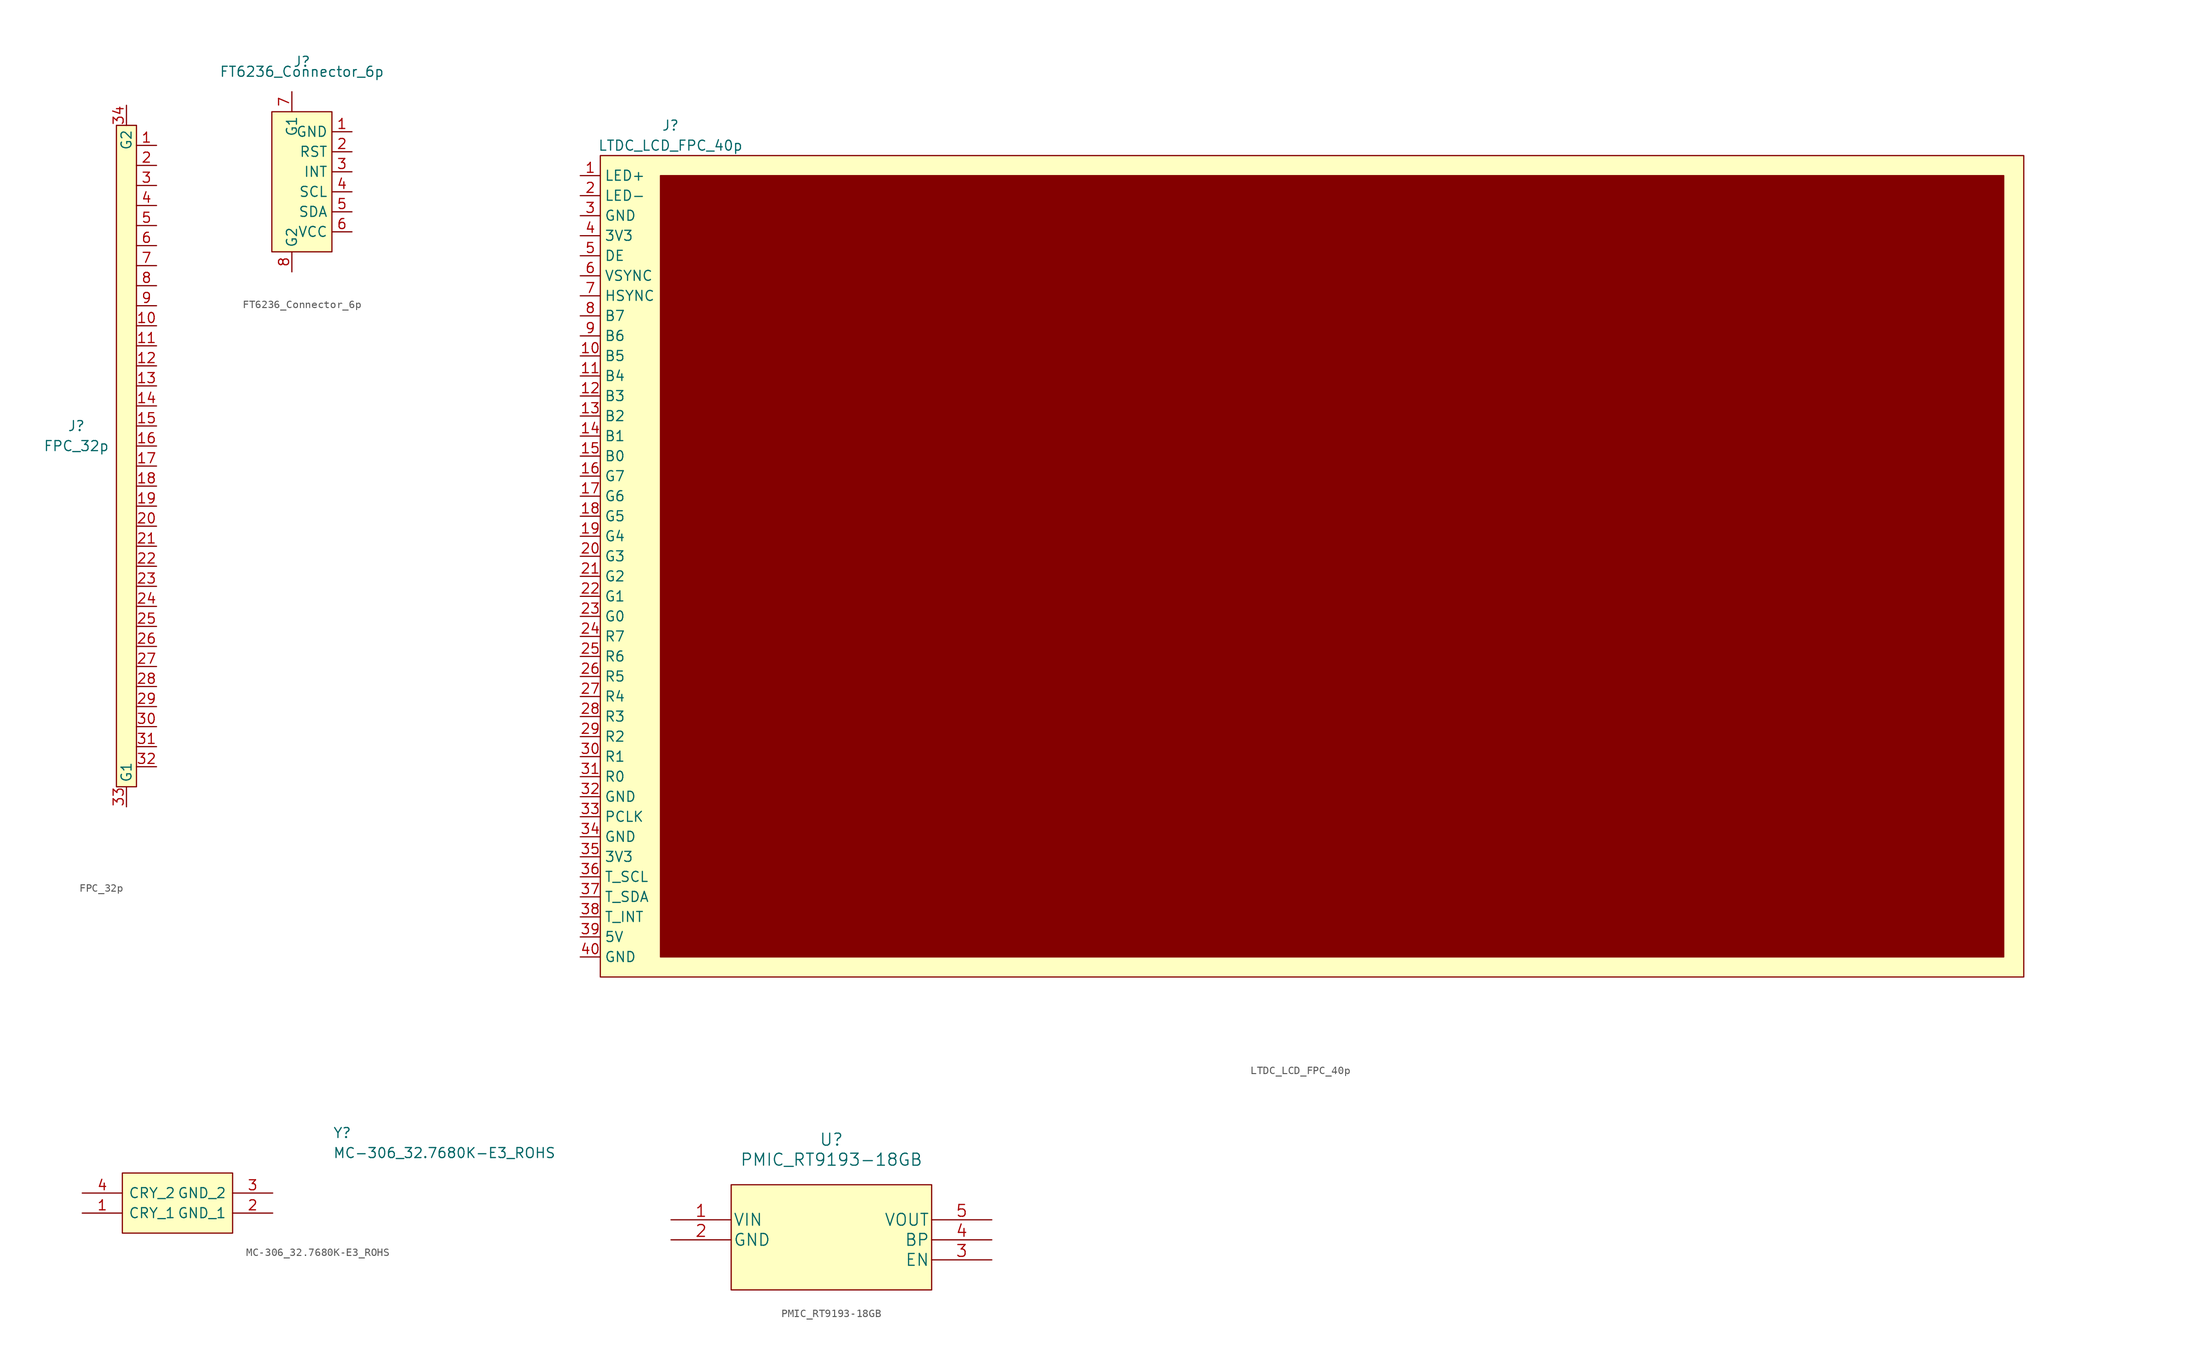
<source format=kicad_sym>
(kicad_symbol_lib
  (version 20211014)
  (generator kicad_symbol_editor)
  (symbol "FPC_32p"
    (property "Reference" "J"
      (at -6.35 1.27 0)
      (effects (font (size 1.27 1.27))))
    (property "Value" "FPC_32p"
      (at -6.35 -1.27 0)
      (effects (font (size 1.27 1.27))))
    (symbol "FPC_32p_0_1"
      (rectangle (start -1.27 39.37) (end 1.27 -44.45) (stroke (width 0) (type default) (color 0 0 0 0)) (fill (type background))))
    (symbol "FPC_32p_1_1"
      (pin input line (at 3.81 36.83 180) (length 2.54) (name "" (effects (font (size 1.27 1.27)))) (number "1" (effects (font (size 1.27 1.27)))))
      (pin input line (at 3.81 13.97 180) (length 2.54) (name "" (effects (font (size 1.27 1.27)))) (number "10" (effects (font (size 1.27 1.27)))))
      (pin input line (at 3.81 11.43 180) (length 2.54) (name "" (effects (font (size 1.27 1.27)))) (number "11" (effects (font (size 1.27 1.27)))))
      (pin input line (at 3.81 8.89 180) (length 2.54) (name "" (effects (font (size 1.27 1.27)))) (number "12" (effects (font (size 1.27 1.27)))))
      (pin input line (at 3.81 6.35 180) (length 2.54) (name "" (effects (font (size 1.27 1.27)))) (number "13" (effects (font (size 1.27 1.27)))))
      (pin input line (at 3.81 3.81 180) (length 2.54) (name "" (effects (font (size 1.27 1.27)))) (number "14" (effects (font (size 1.27 1.27)))))
      (pin input line (at 3.81 1.27 180) (length 2.54) (name "" (effects (font (size 1.27 1.27)))) (number "15" (effects (font (size 1.27 1.27)))))
      (pin input line (at 3.81 -1.27 180) (length 2.54) (name "" (effects (font (size 1.27 1.27)))) (number "16" (effects (font (size 1.27 1.27)))))
      (pin input line (at 3.81 -3.81 180) (length 2.54) (name "" (effects (font (size 1.27 1.27)))) (number "17" (effects (font (size 1.27 1.27)))))
      (pin input line (at 3.81 -6.35 180) (length 2.54) (name "" (effects (font (size 1.27 1.27)))) (number "18" (effects (font (size 1.27 1.27)))))
      (pin input line (at 3.81 -8.89 180) (length 2.54) (name "" (effects (font (size 1.27 1.27)))) (number "19" (effects (font (size 1.27 1.27)))))
      (pin input line (at 3.81 34.29 180) (length 2.54) (name "" (effects (font (size 1.27 1.27)))) (number "2" (effects (font (size 1.27 1.27)))))
      (pin input line (at 3.81 -11.43 180) (length 2.54) (name "" (effects (font (size 1.27 1.27)))) (number "20" (effects (font (size 1.27 1.27)))))
      (pin input line (at 3.81 -13.97 180) (length 2.54) (name "" (effects (font (size 1.27 1.27)))) (number "21" (effects (font (size 1.27 1.27)))))
      (pin input line (at 3.81 -16.51 180) (length 2.54) (name "" (effects (font (size 1.27 1.27)))) (number "22" (effects (font (size 1.27 1.27)))))
      (pin input line (at 3.81 -19.05 180) (length 2.54) (name "" (effects (font (size 1.27 1.27)))) (number "23" (effects (font (size 1.27 1.27)))))
      (pin input line (at 3.81 -21.59 180) (length 2.54) (name "" (effects (font (size 1.27 1.27)))) (number "24" (effects (font (size 1.27 1.27)))))
      (pin input line (at 3.81 -24.13 180) (length 2.54) (name "" (effects (font (size 1.27 1.27)))) (number "25" (effects (font (size 1.27 1.27)))))
      (pin input line (at 3.81 -26.67 180) (length 2.54) (name "" (effects (font (size 1.27 1.27)))) (number "26" (effects (font (size 1.27 1.27)))))
      (pin input line (at 3.81 -29.21 180) (length 2.54) (name "" (effects (font (size 1.27 1.27)))) (number "27" (effects (font (size 1.27 1.27)))))
      (pin input line (at 3.81 -31.75 180) (length 2.54) (name "" (effects (font (size 1.27 1.27)))) (number "28" (effects (font (size 1.27 1.27)))))
      (pin input line (at 3.81 -34.29 180) (length 2.54) (name "" (effects (font (size 1.27 1.27)))) (number "29" (effects (font (size 1.27 1.27)))))
      (pin input line (at 3.81 31.75 180) (length 2.54) (name "" (effects (font (size 1.27 1.27)))) (number "3" (effects (font (size 1.27 1.27)))))
      (pin input line (at 3.81 -36.83 180) (length 2.54) (name "" (effects (font (size 1.27 1.27)))) (number "30" (effects (font (size 1.27 1.27)))))
      (pin input line (at 3.81 -39.37 180) (length 2.54) (name "" (effects (font (size 1.27 1.27)))) (number "31" (effects (font (size 1.27 1.27)))))
      (pin input line (at 3.81 -41.91 180) (length 2.54) (name "" (effects (font (size 1.27 1.27)))) (number "32" (effects (font (size 1.27 1.27)))))
      (pin input line (at 0 -46.99 90) (length 2.54) (name "G1" (effects (font (size 1.27 1.27)))) (number "33" (effects (font (size 1.27 1.27)))))
      (pin input line (at 0 41.91 270) (length 2.54) (name "G2" (effects (font (size 1.27 1.27)))) (number "34" (effects (font (size 1.27 1.27)))))
      (pin input line (at 3.81 29.21 180) (length 2.54) (name "" (effects (font (size 1.27 1.27)))) (number "4" (effects (font (size 1.27 1.27)))))
      (pin input line (at 3.81 26.67 180) (length 2.54) (name "" (effects (font (size 1.27 1.27)))) (number "5" (effects (font (size 1.27 1.27)))))
      (pin input line (at 3.81 24.13 180) (length 2.54) (name "" (effects (font (size 1.27 1.27)))) (number "6" (effects (font (size 1.27 1.27)))))
      (pin input line (at 3.81 21.59 180) (length 2.54) (name "" (effects (font (size 1.27 1.27)))) (number "7" (effects (font (size 1.27 1.27)))))
      (pin input line (at 3.81 19.05 180) (length 2.54) (name "" (effects (font (size 1.27 1.27)))) (number "8" (effects (font (size 1.27 1.27)))))
      (pin input line (at 3.81 16.51 180) (length 2.54) (name "" (effects (font (size 1.27 1.27)))) (number "9" (effects (font (size 1.27 1.27)))))))
  (symbol "FT6236_Connector_6p"
    (property "Reference" "J"
      (at 0 15.24 0)
      (effects (font (size 1.27 1.27))))
    (property "Value" "FT6236_Connector_6p"
      (at 0 13.97 0)
      (effects (font (size 1.27 1.27))))
    (symbol "FT6236_Connector_6p_0_1"
      (rectangle (start -3.81 8.89) (end 3.81 -8.89) (stroke (width 0) (type default) (color 0 0 0 0)) (fill (type background))))
    (symbol "FT6236_Connector_6p_1_1"
      (pin input line (at 6.35 6.35 180) (length 2.54) (name "GND" (effects (font (size 1.27 1.27)))) (number "1" (effects (font (size 1.27 1.27)))))
      (pin input line (at 6.35 3.81 180) (length 2.54) (name "RST" (effects (font (size 1.27 1.27)))) (number "2" (effects (font (size 1.27 1.27)))))
      (pin input line (at 6.35 1.27 180) (length 2.54) (name "INT" (effects (font (size 1.27 1.27)))) (number "3" (effects (font (size 1.27 1.27)))))
      (pin input line (at 6.35 -1.27 180) (length 2.54) (name "SCL" (effects (font (size 1.27 1.27)))) (number "4" (effects (font (size 1.27 1.27)))))
      (pin input line (at 6.35 -3.81 180) (length 2.54) (name "SDA" (effects (font (size 1.27 1.27)))) (number "5" (effects (font (size 1.27 1.27)))))
      (pin input line (at 6.35 -6.35 180) (length 2.54) (name "VCC" (effects (font (size 1.27 1.27)))) (number "6" (effects (font (size 1.27 1.27)))))
      (pin input line (at -1.27 11.43 270) (length 2.54) (name "G1" (effects (font (size 1.27 1.27)))) (number "7" (effects (font (size 1.27 1.27)))))
      (pin input line (at -1.27 -11.43 90) (length 2.54) (name "G2" (effects (font (size 1.27 1.27)))) (number "8" (effects (font (size 1.27 1.27)))))))
  (symbol "LTDC_LCD_FPC_40p"
    (property "Reference" "J"
      (at 11.43 2.54 0)
      (effects (font (size 1.27 1.27))))
    (property "Value" "LTDC_LCD_FPC_40p"
      (at 11.43 0 0)
      (effects (font (size 1.27 1.27))))
    (symbol "LTDC_LCD_FPC_40p_0_1"
      (rectangle (start 2.54 -1.27) (end 182.88 -105.41) (stroke (width 0) (type default) (color 0 0 0 0)) (fill (type background)))
      (rectangle (start 10.16 -3.81) (end 180.34 -102.87) (stroke (width 0) (type default) (color 0 0 0 0)) (fill (type outline))))
    (symbol "LTDC_LCD_FPC_40p_1_1"
      (pin input line (at 0 -3.81 0) (length 2.54) (name "LED+" (effects (font (size 1.27 1.27)))) (number "1" (effects (font (size 1.27 1.27)))))
      (pin input line (at 0 -26.67 0) (length 2.54) (name "B5" (effects (font (size 1.27 1.27)))) (number "10" (effects (font (size 1.27 1.27)))))
      (pin input line (at 0 -29.21 0) (length 2.54) (name "B4" (effects (font (size 1.27 1.27)))) (number "11" (effects (font (size 1.27 1.27)))))
      (pin input line (at 0 -31.75 0) (length 2.54) (name "B3" (effects (font (size 1.27 1.27)))) (number "12" (effects (font (size 1.27 1.27)))))
      (pin input line (at 0 -34.29 0) (length 2.54) (name "B2" (effects (font (size 1.27 1.27)))) (number "13" (effects (font (size 1.27 1.27)))))
      (pin input line (at 0 -36.83 0) (length 2.54) (name "B1" (effects (font (size 1.27 1.27)))) (number "14" (effects (font (size 1.27 1.27)))))
      (pin input line (at 0 -39.37 0) (length 2.54) (name "B0" (effects (font (size 1.27 1.27)))) (number "15" (effects (font (size 1.27 1.27)))))
      (pin input line (at 0 -41.91 0) (length 2.54) (name "G7" (effects (font (size 1.27 1.27)))) (number "16" (effects (font (size 1.27 1.27)))))
      (pin input line (at 0 -44.45 0) (length 2.54) (name "G6" (effects (font (size 1.27 1.27)))) (number "17" (effects (font (size 1.27 1.27)))))
      (pin input line (at 0 -46.99 0) (length 2.54) (name "G5" (effects (font (size 1.27 1.27)))) (number "18" (effects (font (size 1.27 1.27)))))
      (pin input line (at 0 -49.53 0) (length 2.54) (name "G4" (effects (font (size 1.27 1.27)))) (number "19" (effects (font (size 1.27 1.27)))))
      (pin input line (at 0 -6.35 0) (length 2.54) (name "LED-" (effects (font (size 1.27 1.27)))) (number "2" (effects (font (size 1.27 1.27)))))
      (pin input line (at 0 -52.07 0) (length 2.54) (name "G3" (effects (font (size 1.27 1.27)))) (number "20" (effects (font (size 1.27 1.27)))))
      (pin input line (at 0 -54.61 0) (length 2.54) (name "G2" (effects (font (size 1.27 1.27)))) (number "21" (effects (font (size 1.27 1.27)))))
      (pin input line (at 0 -57.15 0) (length 2.54) (name "G1" (effects (font (size 1.27 1.27)))) (number "22" (effects (font (size 1.27 1.27)))))
      (pin input line (at 0 -59.69 0) (length 2.54) (name "G0" (effects (font (size 1.27 1.27)))) (number "23" (effects (font (size 1.27 1.27)))))
      (pin input line (at 0 -62.23 0) (length 2.54) (name "R7" (effects (font (size 1.27 1.27)))) (number "24" (effects (font (size 1.27 1.27)))))
      (pin input line (at 0 -64.77 0) (length 2.54) (name "R6" (effects (font (size 1.27 1.27)))) (number "25" (effects (font (size 1.27 1.27)))))
      (pin input line (at 0 -67.31 0) (length 2.54) (name "R5" (effects (font (size 1.27 1.27)))) (number "26" (effects (font (size 1.27 1.27)))))
      (pin input line (at 0 -69.85 0) (length 2.54) (name "R4" (effects (font (size 1.27 1.27)))) (number "27" (effects (font (size 1.27 1.27)))))
      (pin input line (at 0 -72.39 0) (length 2.54) (name "R3" (effects (font (size 1.27 1.27)))) (number "28" (effects (font (size 1.27 1.27)))))
      (pin input line (at 0 -74.93 0) (length 2.54) (name "R2" (effects (font (size 1.27 1.27)))) (number "29" (effects (font (size 1.27 1.27)))))
      (pin input line (at 0 -8.89 0) (length 2.54) (name "GND" (effects (font (size 1.27 1.27)))) (number "3" (effects (font (size 1.27 1.27)))))
      (pin input line (at 0 -77.47 0) (length 2.54) (name "R1" (effects (font (size 1.27 1.27)))) (number "30" (effects (font (size 1.27 1.27)))))
      (pin input line (at 0 -80.01 0) (length 2.54) (name "R0" (effects (font (size 1.27 1.27)))) (number "31" (effects (font (size 1.27 1.27)))))
      (pin input line (at 0 -82.55 0) (length 2.54) (name "GND" (effects (font (size 1.27 1.27)))) (number "32" (effects (font (size 1.27 1.27)))))
      (pin input line (at 0 -85.09 0) (length 2.54) (name "PCLK" (effects (font (size 1.27 1.27)))) (number "33" (effects (font (size 1.27 1.27)))))
      (pin input line (at 0 -87.63 0) (length 2.54) (name "GND" (effects (font (size 1.27 1.27)))) (number "34" (effects (font (size 1.27 1.27)))))
      (pin input line (at 0 -90.17 0) (length 2.54) (name "3V3" (effects (font (size 1.27 1.27)))) (number "35" (effects (font (size 1.27 1.27)))))
      (pin input line (at 0 -92.71 0) (length 2.54) (name "T_SCL" (effects (font (size 1.27 1.27)))) (number "36" (effects (font (size 1.27 1.27)))))
      (pin input line (at 0 -95.25 0) (length 2.54) (name "T_SDA" (effects (font (size 1.27 1.27)))) (number "37" (effects (font (size 1.27 1.27)))))
      (pin input line (at 0 -97.79 0) (length 2.54) (name "T_INT" (effects (font (size 1.27 1.27)))) (number "38" (effects (font (size 1.27 1.27)))))
      (pin input line (at 0 -100.33 0) (length 2.54) (name "5V" (effects (font (size 1.27 1.27)))) (number "39" (effects (font (size 1.27 1.27)))))
      (pin input line (at 0 -11.43 0) (length 2.54) (name "3V3" (effects (font (size 1.27 1.27)))) (number "4" (effects (font (size 1.27 1.27)))))
      (pin input line (at 0 -102.87 0) (length 2.54) (name "GND" (effects (font (size 1.27 1.27)))) (number "40" (effects (font (size 1.27 1.27)))))
      (pin input line (at 0 -13.97 0) (length 2.54) (name "DE" (effects (font (size 1.27 1.27)))) (number "5" (effects (font (size 1.27 1.27)))))
      (pin input line (at 0 -16.51 0) (length 2.54) (name "VSYNC" (effects (font (size 1.27 1.27)))) (number "6" (effects (font (size 1.27 1.27)))))
      (pin input line (at 0 -19.05 0) (length 2.54) (name "HSYNC" (effects (font (size 1.27 1.27)))) (number "7" (effects (font (size 1.27 1.27)))))
      (pin input line (at 0 -21.59 0) (length 2.54) (name "B7" (effects (font (size 1.27 1.27)))) (number "8" (effects (font (size 1.27 1.27)))))
      (pin input line (at 0 -24.13 0) (length 2.54) (name "B6" (effects (font (size 1.27 1.27)))) (number "9" (effects (font (size 1.27 1.27)))))))
  (symbol "MC-306_32.7680K-E3_ROHS"
    (pin_names
      (offset 0.762))
    (property "Reference" "Y"
      (at 31.75 7.62 0)
      (effects (font (size 1.27 1.27)) (justify left)))
    (property "Value" "MC-306_32.7680K-E3_ROHS"
      (at 31.75 5.08 0)
      (effects (font (size 1.27 1.27)) (justify left)))
    (symbol "MC-306_32.7680K-E3_ROHS_0_0"
      (pin passive line (at 0 -2.54 0) (length 5.08) (name "CRY_1" (effects (font (size 1.27 1.27)))) (number "1" (effects (font (size 1.27 1.27)))))
      (pin passive line (at 24.13 -2.54 180) (length 5.08) (name "GND_1" (effects (font (size 1.27 1.27)))) (number "2" (effects (font (size 1.27 1.27)))))
      (pin passive line (at 24.13 0 180) (length 5.08) (name "GND_2" (effects (font (size 1.27 1.27)))) (number "3" (effects (font (size 1.27 1.27)))))
      (pin passive line (at 0 0 0) (length 5.08) (name "CRY_2" (effects (font (size 1.27 1.27)))) (number "4" (effects (font (size 1.27 1.27))))))
    (symbol "MC-306_32.7680K-E3_ROHS_0_1"
      (polyline (pts (xy 5.08 2.54) (xy 19.05 2.54) (xy 19.05 -5.08) (xy 5.08 -5.08) (xy 5.08 2.54)) (stroke (width 0.152) (type default) (color 0 0 0 0)) (fill (type background)))))
  (symbol "PMIC_RT9193-18GB"
    (pin_names
      (offset 0.254))
    (property "Reference" "U"
      (at 20.32 10.16 0)
      (effects (font (size 1.524 1.524))))
    (property "Value" "PMIC_RT9193-18GB"
      (at 20.32 7.62 0)
      (effects (font (size 1.524 1.524))))
    (symbol "PMIC_RT9193-18GB_0_1"
      (rectangle (start 7.62 4.445) (end 33.02 -8.89) (stroke (width 0) (type default) (color 0 0 0 0)) (fill (type background))))
    (symbol "PMIC_RT9193-18GB_1_1"
      (pin power_in line (at 0 0 0) (length 7.62) (name "VIN" (effects (font (size 1.499 1.499)))) (number "1" (effects (font (size 1.499 1.499)))))
      (pin power_in line (at 0 -2.54 0) (length 7.62) (name "GND" (effects (font (size 1.499 1.499)))) (number "2" (effects (font (size 1.499 1.499)))))
      (pin input line (at 40.64 -5.08 180) (length 7.62) (name "EN" (effects (font (size 1.499 1.499)))) (number "3" (effects (font (size 1.499 1.499)))))
      (pin passive line (at 40.64 -2.54 180) (length 7.62) (name "BP" (effects (font (size 1.499 1.499)))) (number "4" (effects (font (size 1.499 1.499)))))
      (pin output line (at 40.64 0 180) (length 7.62) (name "VOUT" (effects (font (size 1.499 1.499)))) (number "5" (effects (font (size 1.499 1.499))))))))
</source>
